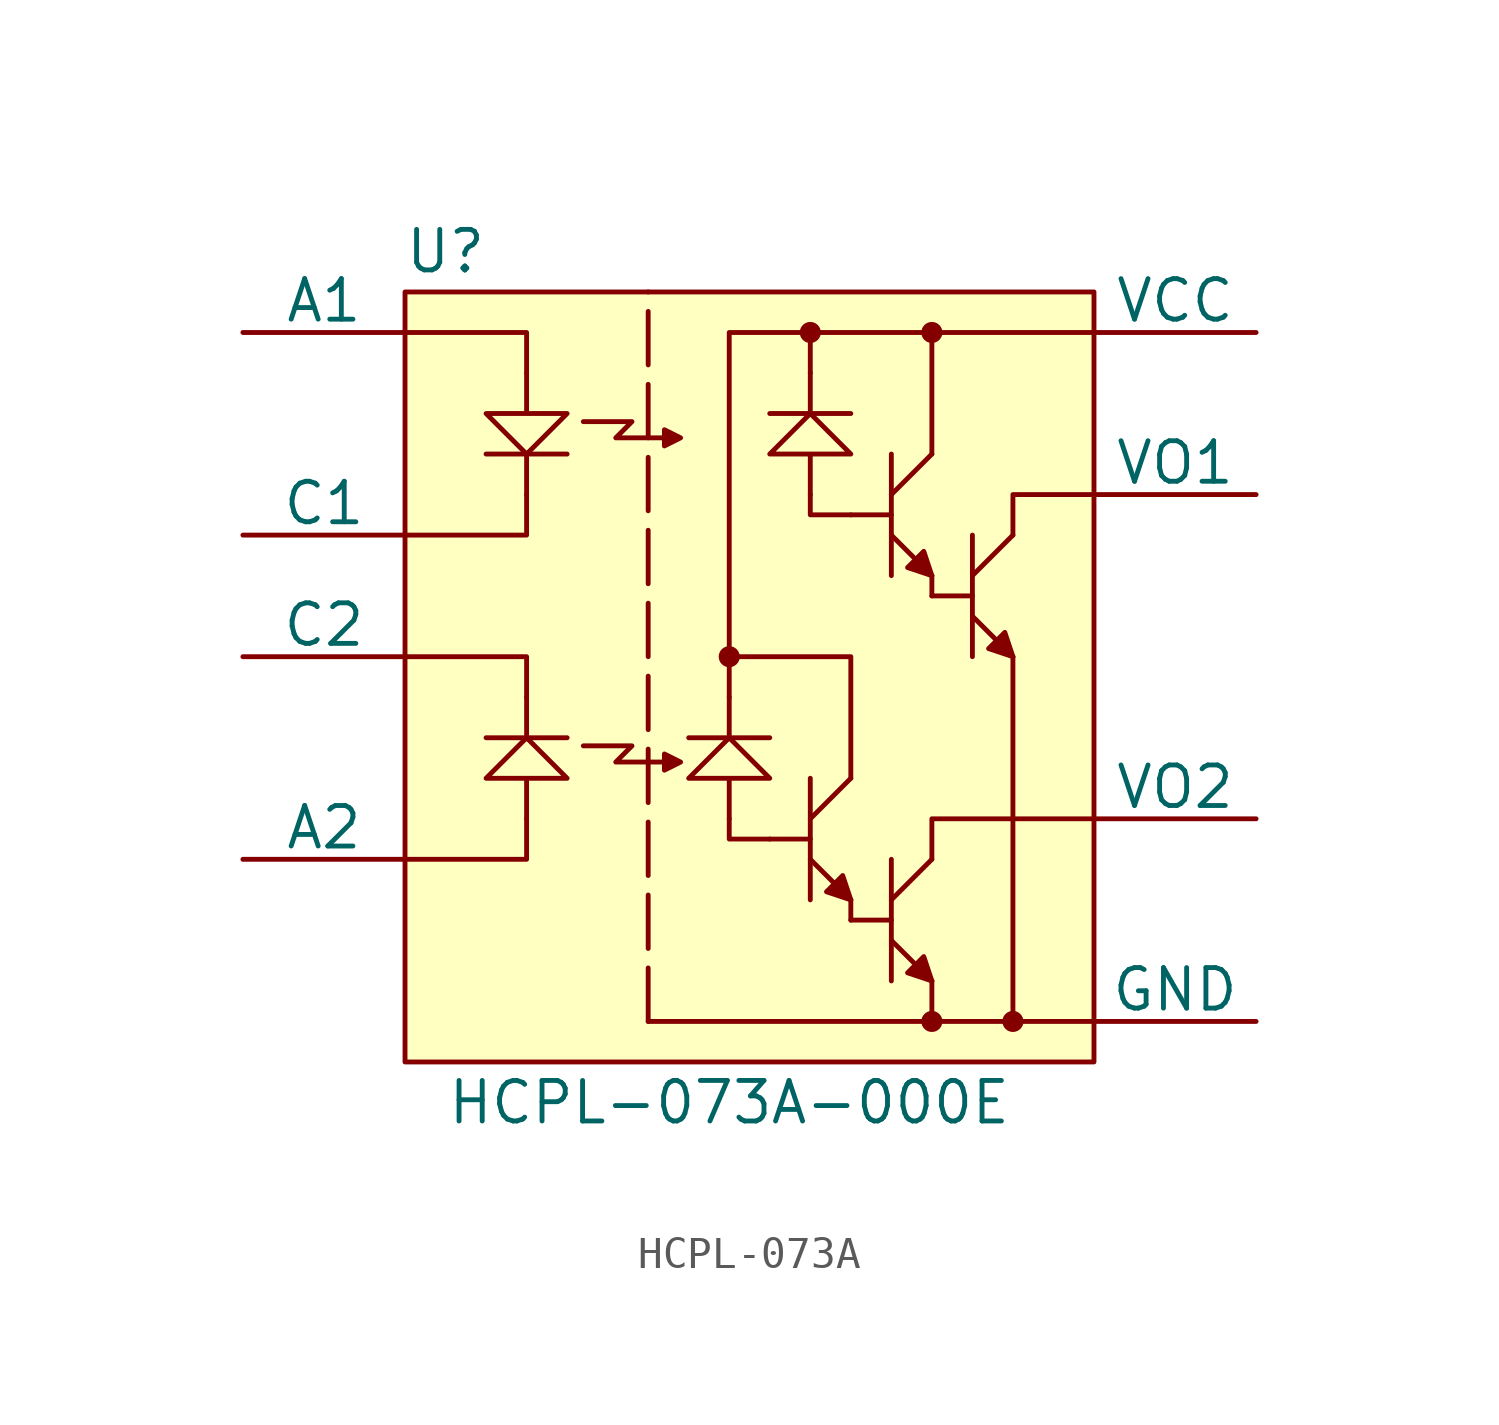
<source format=kicad_sym>
(kicad_symbol_lib
  (version 20220914)
  (generator kicad_symbol_editor)
  (symbol "HCPL-073A"
    (pin_numbers hide)
    (pin_names
      (offset 0))
    (property "Reference" "U"
      (at 1.27 1.27 0)
      (effects (font (size 1.27 1.27))))
    (property "Value" "HCPL-073A-000E"
      (at 10.16 -25.4 0)
      (effects (font (size 1.27 1.27))))
    (symbol "HCPL-073A_0_1"
      (polyline (pts (xy 2.54 -5.08) (xy 5.08 -5.08)) (stroke (width 0) (type default)) (fill (type none)))
      (polyline (pts (xy 3.81 -12.7) (xy 3.81 -13.97)) (stroke (width 0) (type default)) (fill (type none)))
      (polyline (pts (xy 3.81 -5.08) (xy 3.81 -6.35)) (stroke (width 0) (type default)) (fill (type none)))
      (polyline (pts (xy 5.08 -13.97) (xy 2.54 -13.97)) (stroke (width 0) (type default)) (fill (type none)))
      (polyline (pts (xy 10.16 -13.97) (xy 10.16 -12.7)) (stroke (width 0) (type default)) (fill (type none)))
      (polyline (pts (xy 11.43 -13.97) (xy 8.89 -13.97)) (stroke (width 0) (type default)) (fill (type none)))
      (polyline (pts (xy 12.7 -17.78) (xy 13.97 -19.05)) (stroke (width 0) (type default)) (fill (type none)))
      (polyline (pts (xy 12.7 -16.51) (xy 13.97 -15.24)) (stroke (width 0) (type default)) (fill (type none)))
      (polyline (pts (xy 12.7 -15.24) (xy 12.7 -19.05)) (stroke (width 0) (type default)) (fill (type none)))
      (polyline (pts (xy 12.7 -3.81) (xy 12.7 -2.54)) (stroke (width 0) (type default)) (fill (type none)))
      (polyline (pts (xy 13.97 -3.81) (xy 11.43 -3.81)) (stroke (width 0) (type default)) (fill (type none)))
      (polyline (pts (xy 15.24 -20.32) (xy 16.51 -21.59)) (stroke (width 0) (type default)) (fill (type none)))
      (polyline (pts (xy 15.24 -19.05) (xy 16.51 -17.78)) (stroke (width 0) (type default)) (fill (type none)))
      (polyline (pts (xy 15.24 -17.78) (xy 15.24 -21.59)) (stroke (width 0) (type default)) (fill (type none)))
      (polyline (pts (xy 15.24 -7.62) (xy 16.51 -8.89)) (stroke (width 0) (type default)) (fill (type none)))
      (polyline (pts (xy 15.24 -6.35) (xy 16.51 -5.08)) (stroke (width 0) (type default)) (fill (type none)))
      (polyline (pts (xy 15.24 -5.08) (xy 15.24 -8.89)) (stroke (width 0) (type default)) (fill (type none)))
      (polyline (pts (xy 17.78 -10.16) (xy 19.05 -11.43)) (stroke (width 0) (type default)) (fill (type none)))
      (polyline (pts (xy 17.78 -8.89) (xy 19.05 -7.62)) (stroke (width 0) (type default)) (fill (type none)))
      (polyline (pts (xy 17.78 -7.62) (xy 17.78 -11.43)) (stroke (width 0) (type default)) (fill (type none)))
      (polyline (pts (xy 3.81 -16.51) (xy 3.81 -15.24) (xy 5.08 -15.24) (xy 3.81 -13.97) (xy 2.54 -15.24) (xy 3.81 -15.24)) (stroke (width 0) (type default)) (fill (type none)))
      (polyline (pts (xy 3.81 -2.54) (xy 3.81 -3.81) (xy 2.54 -3.81) (xy 3.81 -5.08) (xy 5.08 -3.81) (xy 3.81 -3.81)) (stroke (width 0) (type default)) (fill (type none)))
      (polyline (pts (xy 10.16 -16.51) (xy 10.16 -15.24) (xy 11.43 -15.24) (xy 10.16 -13.97) (xy 8.89 -15.24) (xy 10.16 -15.24)) (stroke (width 0) (type default)) (fill (type none)))
      (polyline (pts (xy 12.7 -6.35) (xy 12.7 -5.08) (xy 13.97 -5.08) (xy 12.7 -3.81) (xy 11.43 -5.08) (xy 12.7 -5.08)) (stroke (width 0) (type default)) (fill (type none))))
    (symbol "HCPL-073A_1_1"
      (polyline (pts (xy 7.62 -22.86) (xy 7.62 0)) (stroke (width 0) (type dash)) (fill (type none)))
      (polyline (pts (xy 12.7 -17.145) (xy 11.43 -17.145)) (stroke (width 0) (type default)) (fill (type none)))
      (polyline (pts (xy 13.97 -19.685) (xy 13.97 -19.05)) (stroke (width 0) (type default)) (fill (type none)))
      (polyline (pts (xy 15.24 -19.685) (xy 13.97 -19.685)) (stroke (width 0) (type default)) (fill (type none)))
      (polyline (pts (xy 15.24 -6.985) (xy 13.97 -6.985)) (stroke (width 0) (type default)) (fill (type none)))
      (polyline (pts (xy 16.51 -22.86) (xy 7.62 -22.86)) (stroke (width 0) (type default)) (fill (type none)))
      (polyline (pts (xy 16.51 -9.525) (xy 16.51 -8.89)) (stroke (width 0) (type default)) (fill (type none)))
      (polyline (pts (xy 16.51 -1.27) (xy 21.59 -1.27)) (stroke (width 0) (type default)) (fill (type none)))
      (polyline (pts (xy 17.78 -9.525) (xy 16.51 -9.525)) (stroke (width 0) (type default)) (fill (type none)))
      (polyline (pts (xy 19.05 -11.43) (xy 19.05 -22.86)) (stroke (width 0) (type default)) (fill (type none)))
      (polyline (pts (xy 3.81 -16.51) (xy 3.81 -17.78) (xy 0 -17.78)) (stroke (width 0) (type default)) (fill (type none)))
      (polyline (pts (xy 3.81 -12.7) (xy 3.81 -11.43) (xy 0 -11.43)) (stroke (width 0) (type default)) (fill (type none)))
      (polyline (pts (xy 3.81 -6.35) (xy 3.81 -7.62) (xy 0 -7.62)) (stroke (width 0) (type default)) (fill (type none)))
      (polyline (pts (xy 3.81 -2.54) (xy 3.81 -1.27) (xy 0 -1.27)) (stroke (width 0) (type default)) (fill (type none)))
      (polyline (pts (xy 10.16 -11.43) (xy 10.16 -1.27) (xy 12.7 -1.27)) (stroke (width 0) (type default)) (fill (type none)))
      (polyline (pts (xy 11.43 -17.145) (xy 10.16 -17.145) (xy 10.16 -16.51)) (stroke (width 0) (type default)) (fill (type none)))
      (polyline (pts (xy 13.97 -6.985) (xy 12.7 -6.985) (xy 12.7 -6.35)) (stroke (width 0) (type default)) (fill (type none)))
      (polyline (pts (xy 16.51 -21.59) (xy 16.51 -22.86) (xy 21.59 -22.86)) (stroke (width 0) (type default)) (fill (type none)))
      (polyline (pts (xy 16.51 -17.78) (xy 16.51 -16.51) (xy 21.59 -16.51)) (stroke (width 0) (type default)) (fill (type none)))
      (polyline (pts (xy 19.05 -7.62) (xy 19.05 -6.35) (xy 21.59 -6.35)) (stroke (width 0) (type default)) (fill (type none)))
      (polyline (pts (xy 5.588 -14.224) (xy 7.112 -14.224) (xy 6.604 -14.732) (xy 8.382 -14.732)) (stroke (width 0) (type default)) (fill (type none)))
      (polyline (pts (xy 5.588 -4.064) (xy 7.112 -4.064) (xy 6.604 -4.572) (xy 8.382 -4.572)) (stroke (width 0) (type default)) (fill (type none)))
      (polyline (pts (xy 8.636 -14.732) (xy 8.128 -14.478) (xy 8.128 -14.986) (xy 8.636 -14.732)) (stroke (width 0) (type default)) (fill (type outline)))
      (polyline (pts (xy 8.636 -4.572) (xy 8.128 -4.318) (xy 8.128 -4.826) (xy 8.636 -4.572)) (stroke (width 0) (type default)) (fill (type outline)))
      (polyline (pts (xy 12.7 -2.54) (xy 12.7 -1.27) (xy 16.51 -1.27) (xy 16.51 -5.08)) (stroke (width 0) (type default)) (fill (type none)))
      (polyline (pts (xy 13.97 -15.24) (xy 13.97 -11.43) (xy 10.16 -11.43) (xy 10.16 -12.7)) (stroke (width 0) (type default)) (fill (type none)))
      (polyline (pts (xy 13.97 -19.05) (xy 13.716 -18.288) (xy 13.208 -18.796) (xy 13.97 -19.05) (xy 13.716 -18.796)) (stroke (width 0) (type default)) (fill (type outline)))
      (polyline (pts (xy 16.51 -21.59) (xy 16.256 -20.828) (xy 15.748 -21.336) (xy 16.51 -21.59) (xy 16.256 -21.336)) (stroke (width 0) (type default)) (fill (type outline)))
      (polyline (pts (xy 16.51 -8.89) (xy 16.256 -8.128) (xy 15.748 -8.636) (xy 16.51 -8.89) (xy 16.256 -8.636)) (stroke (width 0) (type default)) (fill (type outline)))
      (polyline (pts (xy 19.05 -11.43) (xy 18.796 -10.668) (xy 18.288 -11.176) (xy 19.05 -11.43) (xy 18.796 -11.176)) (stroke (width 0) (type default)) (fill (type outline)))
      (rectangle (start 0 0) (end 21.59 -24.13) (stroke (width 0) (type default)) (fill (type background)))
      (circle (center 10.16 -11.43) (radius 0.254) (stroke (width 0) (type default)) (fill (type outline)))
      (circle (center 12.7 -1.27) (radius 0.254) (stroke (width 0) (type default)) (fill (type outline)))
      (circle (center 16.51 -22.86) (radius 0.254) (stroke (width 0) (type default)) (fill (type outline)))
      (circle (center 16.51 -1.27) (radius 0.254) (stroke (width 0) (type default)) (fill (type outline)))
      (circle (center 19.05 -22.86) (radius 0.254) (stroke (width 0) (type default)) (fill (type outline)))
      (pin unspecified line (at -5.08 -1.27 0) (length 5.08) (name "A1" (effects (font (size 1.27 1.27)))) (number "1" (effects (font (size 1.27 1.27)))))
      (pin unspecified line (at -5.08 -7.62 0) (length 5.08) (name "C1" (effects (font (size 1.27 1.27)))) (number "2" (effects (font (size 1.27 1.27)))))
      (pin unspecified line (at -5.08 -11.43 0) (length 5.08) (name "C2" (effects (font (size 1.27 1.27)))) (number "3" (effects (font (size 1.27 1.27)))))
      (pin unspecified line (at -5.08 -17.78 0) (length 5.08) (name "A2" (effects (font (size 1.27 1.27)))) (number "4" (effects (font (size 1.27 1.27)))))
      (pin power_in line (at 26.67 -22.86 180) (length 5.08) (name "GND" (effects (font (size 1.27 1.27)))) (number "5" (effects (font (size 1.27 1.27)))))
      (pin output line (at 26.67 -16.51 180) (length 5.08) (name "VO2" (effects (font (size 1.27 1.27)))) (number "6" (effects (font (size 1.27 1.27)))))
      (pin output line (at 26.67 -6.35 180) (length 5.08) (name "VO1" (effects (font (size 1.27 1.27)))) (number "7" (effects (font (size 1.27 1.27)))))
      (pin power_in line (at 26.67 -1.27 180) (length 5.08) (name "VCC" (effects (font (size 1.27 1.27)))) (number "8" (effects (font (size 1.27 1.27))))))))
</source>
